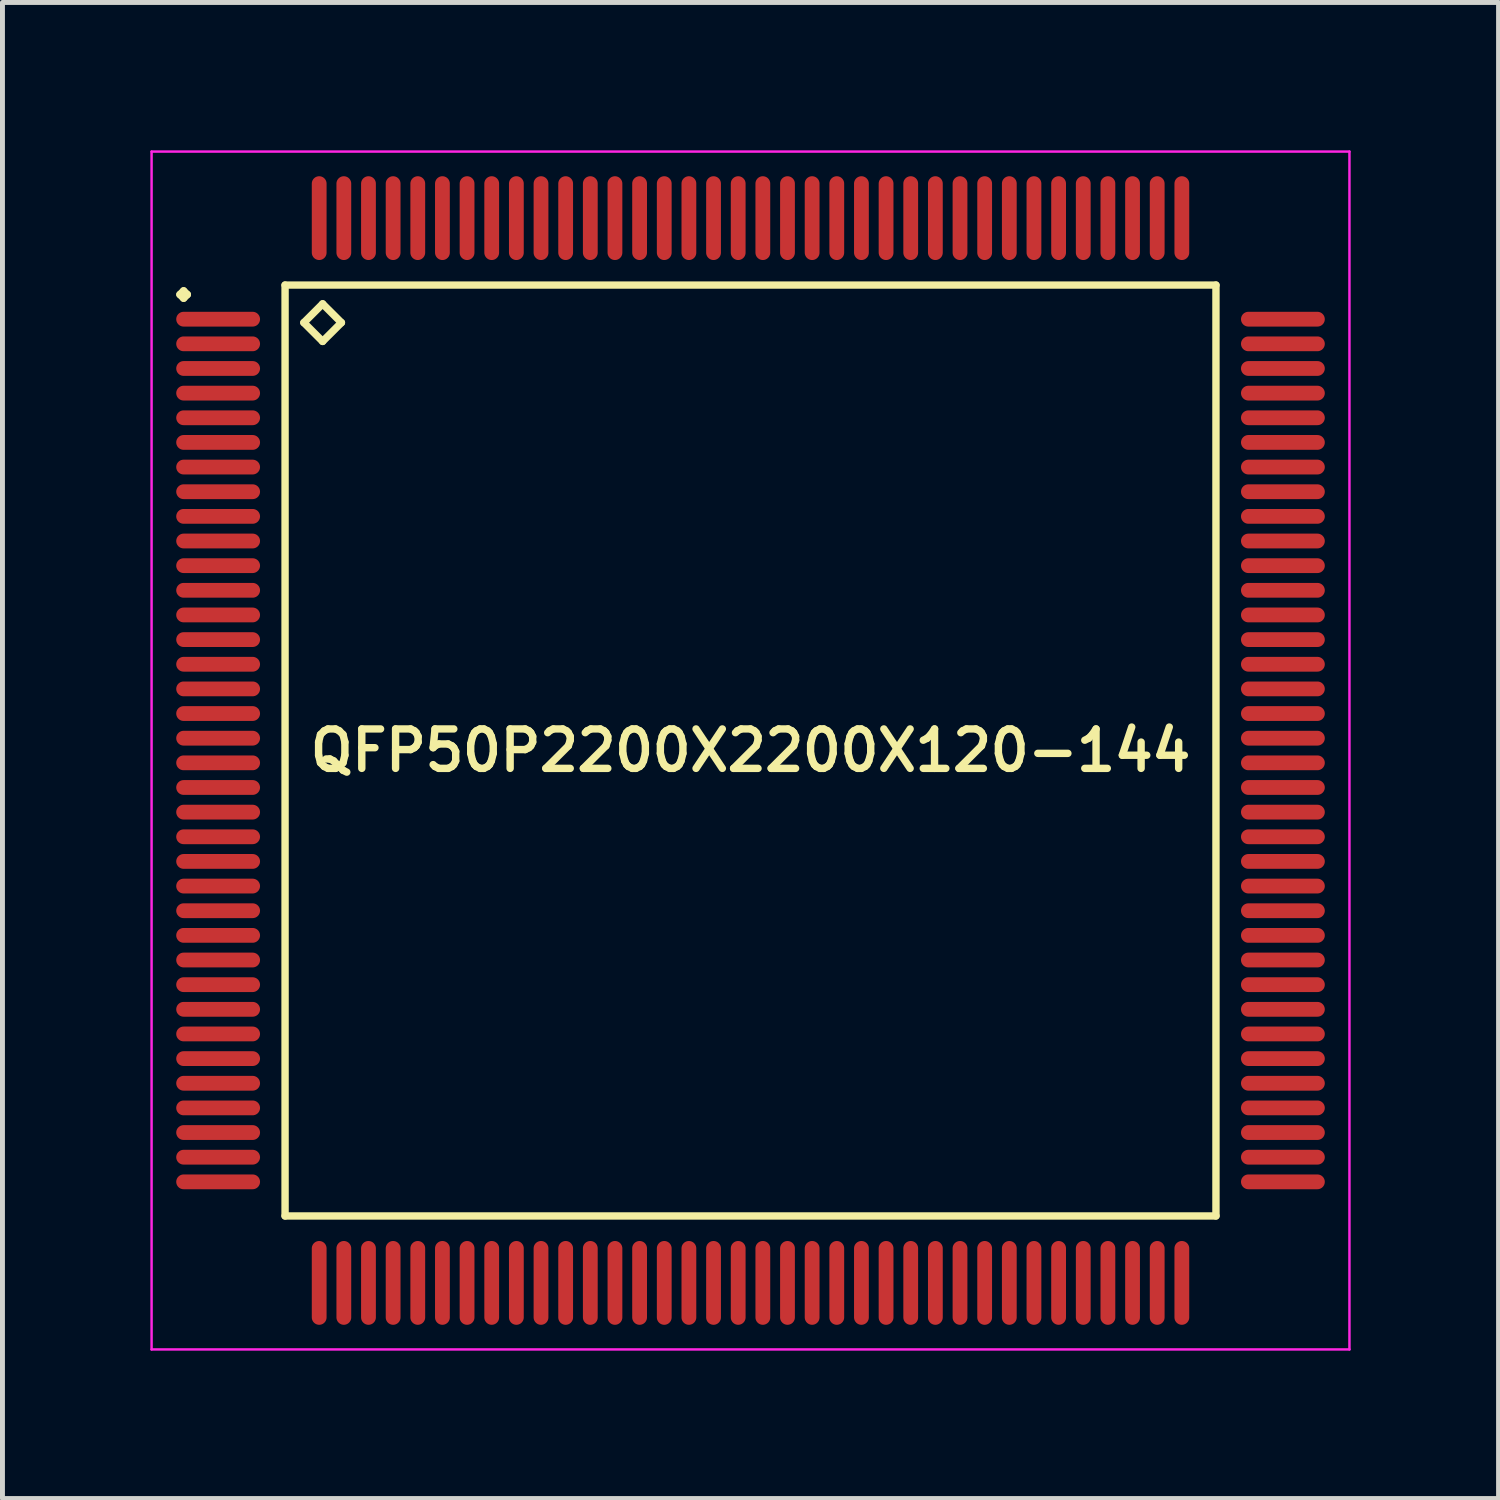
<source format=kicad_pcb>
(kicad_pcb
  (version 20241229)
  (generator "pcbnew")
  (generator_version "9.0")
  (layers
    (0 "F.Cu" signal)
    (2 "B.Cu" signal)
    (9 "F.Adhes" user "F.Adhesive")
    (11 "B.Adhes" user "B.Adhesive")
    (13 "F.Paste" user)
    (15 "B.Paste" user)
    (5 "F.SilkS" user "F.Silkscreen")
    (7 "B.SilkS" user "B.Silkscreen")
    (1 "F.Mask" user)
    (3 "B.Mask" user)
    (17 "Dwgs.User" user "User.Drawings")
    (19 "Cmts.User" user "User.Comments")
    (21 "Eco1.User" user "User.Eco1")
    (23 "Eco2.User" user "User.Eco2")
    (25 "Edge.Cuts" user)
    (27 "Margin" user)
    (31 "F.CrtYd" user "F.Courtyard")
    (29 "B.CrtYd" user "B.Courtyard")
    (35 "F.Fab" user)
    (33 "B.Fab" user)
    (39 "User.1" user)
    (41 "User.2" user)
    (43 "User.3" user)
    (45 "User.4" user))
  (footprint "QFP50P2200X2200X120-144"
    (layer "F.Cu")
    (at 12.175 12.175)
    (property "Reference" "QFP50P2200X2200X120-144" (at 0 0 0) (layer "F.SilkS") (effects (font (size 0.8 0.8) (thickness 0.15))))
    (attr smd)
    (fp_line (start -11.575 -9.25) (end -11.5 -9.325) (stroke (width 0.15) (type solid)) (layer "F.SilkS"))
    (fp_line (start -11.5 -9.325) (end -11.425 -9.25) (stroke (width 0.15) (type solid)) (layer "F.SilkS"))
    (fp_line (start -11.5 -9.175) (end -11.575 -9.25) (stroke (width 0.15) (type solid)) (layer "F.SilkS"))
    (fp_line (start -11.425 -9.25) (end -11.5 -9.175) (stroke (width 0.15) (type solid)) (layer "F.SilkS"))
    (fp_line (start -9.442 -9.442) (end -9.442 9.442) (stroke (width 0.15) (type solid)) (layer "F.SilkS"))
    (fp_line (start -9.442 9.442) (end 9.442 9.442) (stroke (width 0.15) (type solid)) (layer "F.SilkS"))
    (fp_line (start -9.061 -8.68) (end -8.68 -9.061) (stroke (width 0.15) (type solid)) (layer "F.SilkS"))
    (fp_line (start -8.68 -9.061) (end -8.299 -8.68) (stroke (width 0.15) (type solid)) (layer "F.SilkS"))
    (fp_line (start -8.68 -8.299) (end -9.061 -8.68) (stroke (width 0.15) (type solid)) (layer "F.SilkS"))
    (fp_line (start -8.299 -8.68) (end -8.68 -8.299) (stroke (width 0.15) (type solid)) (layer "F.SilkS"))
    (fp_line (start 9.442 -9.442) (end -9.442 -9.442) (stroke (width 0.15) (type solid)) (layer "F.SilkS"))
    (fp_line (start 9.442 9.442) (end 9.442 -9.442) (stroke (width 0.15) (type solid)) (layer "F.SilkS"))
    (fp_line (start -12.15 -12.15) (end 12.15 -12.15) (stroke (width 0.05) (type solid)) (layer "F.CrtYd"))
    (fp_line (start -12.15 12.15) (end -12.15 -12.15) (stroke (width 0.05) (type solid)) (layer "F.CrtYd"))
    (fp_line (start 12.15 -12.15) (end 12.15 12.15) (stroke (width 0.05) (type solid)) (layer "F.CrtYd"))
    (fp_line (start 12.15 12.15) (end -12.15 12.15) (stroke (width 0.05) (type solid)) (layer "F.CrtYd"))
    (pad "1" smd oval (at -10.8 -8.75) (size 1.7 0.3) (layers "F.Cu" "F.Mask" "F.Paste"))
    (pad "2" smd oval (at -10.8 -8.25) (size 1.7 0.3) (layers "F.Cu" "F.Mask" "F.Paste"))
    (pad "3" smd oval (at -10.8 -7.75) (size 1.7 0.3) (layers "F.Cu" "F.Mask" "F.Paste"))
    (pad "4" smd oval (at -10.8 -7.25) (size 1.7 0.3) (layers "F.Cu" "F.Mask" "F.Paste"))
    (pad "5" smd oval (at -10.8 -6.75) (size 1.7 0.3) (layers "F.Cu" "F.Mask" "F.Paste"))
    (pad "6" smd oval (at -10.8 -6.25) (size 1.7 0.3) (layers "F.Cu" "F.Mask" "F.Paste"))
    (pad "7" smd oval (at -10.8 -5.75) (size 1.7 0.3) (layers "F.Cu" "F.Mask" "F.Paste"))
    (pad "8" smd oval (at -10.8 -5.25) (size 1.7 0.3) (layers "F.Cu" "F.Mask" "F.Paste"))
    (pad "9" smd oval (at -10.8 -4.75) (size 1.7 0.3) (layers "F.Cu" "F.Mask" "F.Paste"))
    (pad "10" smd oval (at -10.8 -4.25) (size 1.7 0.3) (layers "F.Cu" "F.Mask" "F.Paste"))
    (pad "11" smd oval (at -10.8 -3.75) (size 1.7 0.3) (layers "F.Cu" "F.Mask" "F.Paste"))
    (pad "12" smd oval (at -10.8 -3.25) (size 1.7 0.3) (layers "F.Cu" "F.Mask" "F.Paste"))
    (pad "13" smd oval (at -10.8 -2.75) (size 1.7 0.3) (layers "F.Cu" "F.Mask" "F.Paste"))
    (pad "14" smd oval (at -10.8 -2.25) (size 1.7 0.3) (layers "F.Cu" "F.Mask" "F.Paste"))
    (pad "15" smd oval (at -10.8 -1.75) (size 1.7 0.3) (layers "F.Cu" "F.Mask" "F.Paste"))
    (pad "16" smd oval (at -10.8 -1.25) (size 1.7 0.3) (layers "F.Cu" "F.Mask" "F.Paste"))
    (pad "17" smd oval (at -10.8 -0.75) (size 1.7 0.3) (layers "F.Cu" "F.Mask" "F.Paste"))
    (pad "18" smd oval (at -10.8 -0.25) (size 1.7 0.3) (layers "F.Cu" "F.Mask" "F.Paste"))
    (pad "19" smd oval (at -10.8 0.25) (size 1.7 0.3) (layers "F.Cu" "F.Mask" "F.Paste"))
    (pad "20" smd oval (at -10.8 0.75) (size 1.7 0.3) (layers "F.Cu" "F.Mask" "F.Paste"))
    (pad "21" smd oval (at -10.8 1.25) (size 1.7 0.3) (layers "F.Cu" "F.Mask" "F.Paste"))
    (pad "22" smd oval (at -10.8 1.75) (size 1.7 0.3) (layers "F.Cu" "F.Mask" "F.Paste"))
    (pad "23" smd oval (at -10.8 2.25) (size 1.7 0.3) (layers "F.Cu" "F.Mask" "F.Paste"))
    (pad "24" smd oval (at -10.8 2.75) (size 1.7 0.3) (layers "F.Cu" "F.Mask" "F.Paste"))
    (pad "25" smd oval (at -10.8 3.25) (size 1.7 0.3) (layers "F.Cu" "F.Mask" "F.Paste"))
    (pad "26" smd oval (at -10.8 3.75) (size 1.7 0.3) (layers "F.Cu" "F.Mask" "F.Paste"))
    (pad "27" smd oval (at -10.8 4.25) (size 1.7 0.3) (layers "F.Cu" "F.Mask" "F.Paste"))
    (pad "28" smd oval (at -10.8 4.75) (size 1.7 0.3) (layers "F.Cu" "F.Mask" "F.Paste"))
    (pad "29" smd oval (at -10.8 5.25) (size 1.7 0.3) (layers "F.Cu" "F.Mask" "F.Paste"))
    (pad "30" smd oval (at -10.8 5.75) (size 1.7 0.3) (layers "F.Cu" "F.Mask" "F.Paste"))
    (pad "31" smd oval (at -10.8 6.25) (size 1.7 0.3) (layers "F.Cu" "F.Mask" "F.Paste"))
    (pad "32" smd oval (at -10.8 6.75) (size 1.7 0.3) (layers "F.Cu" "F.Mask" "F.Paste"))
    (pad "33" smd oval (at -10.8 7.25) (size 1.7 0.3) (layers "F.Cu" "F.Mask" "F.Paste"))
    (pad "34" smd oval (at -10.8 7.75) (size 1.7 0.3) (layers "F.Cu" "F.Mask" "F.Paste"))
    (pad "35" smd oval (at -10.8 8.25) (size 1.7 0.3) (layers "F.Cu" "F.Mask" "F.Paste"))
    (pad "36" smd oval (at -10.8 8.75) (size 1.7 0.3) (layers "F.Cu" "F.Mask" "F.Paste"))
    (pad "37" smd oval (at -8.75 10.8) (size 0.3 1.7) (layers "F.Cu" "F.Mask" "F.Paste"))
    (pad "38" smd oval (at -8.25 10.8) (size 0.3 1.7) (layers "F.Cu" "F.Mask" "F.Paste"))
    (pad "39" smd oval (at -7.75 10.8) (size 0.3 1.7) (layers "F.Cu" "F.Mask" "F.Paste"))
    (pad "40" smd oval (at -7.25 10.8) (size 0.3 1.7) (layers "F.Cu" "F.Mask" "F.Paste"))
    (pad "41" smd oval (at -6.75 10.8) (size 0.3 1.7) (layers "F.Cu" "F.Mask" "F.Paste"))
    (pad "42" smd oval (at -6.25 10.8) (size 0.3 1.7) (layers "F.Cu" "F.Mask" "F.Paste"))
    (pad "43" smd oval (at -5.75 10.8) (size 0.3 1.7) (layers "F.Cu" "F.Mask" "F.Paste"))
    (pad "44" smd oval (at -5.25 10.8) (size 0.3 1.7) (layers "F.Cu" "F.Mask" "F.Paste"))
    (pad "45" smd oval (at -4.75 10.8) (size 0.3 1.7) (layers "F.Cu" "F.Mask" "F.Paste"))
    (pad "46" smd oval (at -4.25 10.8) (size 0.3 1.7) (layers "F.Cu" "F.Mask" "F.Paste"))
    (pad "47" smd oval (at -3.75 10.8) (size 0.3 1.7) (layers "F.Cu" "F.Mask" "F.Paste"))
    (pad "48" smd oval (at -3.25 10.8) (size 0.3 1.7) (layers "F.Cu" "F.Mask" "F.Paste"))
    (pad "49" smd oval (at -2.75 10.8) (size 0.3 1.7) (layers "F.Cu" "F.Mask" "F.Paste"))
    (pad "50" smd oval (at -2.25 10.8) (size 0.3 1.7) (layers "F.Cu" "F.Mask" "F.Paste"))
    (pad "51" smd oval (at -1.75 10.8) (size 0.3 1.7) (layers "F.Cu" "F.Mask" "F.Paste"))
    (pad "52" smd oval (at -1.25 10.8) (size 0.3 1.7) (layers "F.Cu" "F.Mask" "F.Paste"))
    (pad "53" smd oval (at -0.75 10.8) (size 0.3 1.7) (layers "F.Cu" "F.Mask" "F.Paste"))
    (pad "54" smd oval (at -0.25 10.8) (size 0.3 1.7) (layers "F.Cu" "F.Mask" "F.Paste"))
    (pad "55" smd oval (at 0.25 10.8) (size 0.3 1.7) (layers "F.Cu" "F.Mask" "F.Paste"))
    (pad "56" smd oval (at 0.75 10.8) (size 0.3 1.7) (layers "F.Cu" "F.Mask" "F.Paste"))
    (pad "57" smd oval (at 1.25 10.8) (size 0.3 1.7) (layers "F.Cu" "F.Mask" "F.Paste"))
    (pad "58" smd oval (at 1.75 10.8) (size 0.3 1.7) (layers "F.Cu" "F.Mask" "F.Paste"))
    (pad "59" smd oval (at 2.25 10.8) (size 0.3 1.7) (layers "F.Cu" "F.Mask" "F.Paste"))
    (pad "60" smd oval (at 2.75 10.8) (size 0.3 1.7) (layers "F.Cu" "F.Mask" "F.Paste"))
    (pad "61" smd oval (at 3.25 10.8) (size 0.3 1.7) (layers "F.Cu" "F.Mask" "F.Paste"))
    (pad "62" smd oval (at 3.75 10.8) (size 0.3 1.7) (layers "F.Cu" "F.Mask" "F.Paste"))
    (pad "63" smd oval (at 4.25 10.8) (size 0.3 1.7) (layers "F.Cu" "F.Mask" "F.Paste"))
    (pad "64" smd oval (at 4.75 10.8) (size 0.3 1.7) (layers "F.Cu" "F.Mask" "F.Paste"))
    (pad "65" smd oval (at 5.25 10.8) (size 0.3 1.7) (layers "F.Cu" "F.Mask" "F.Paste"))
    (pad "66" smd oval (at 5.75 10.8) (size 0.3 1.7) (layers "F.Cu" "F.Mask" "F.Paste"))
    (pad "67" smd oval (at 6.25 10.8) (size 0.3 1.7) (layers "F.Cu" "F.Mask" "F.Paste"))
    (pad "68" smd oval (at 6.75 10.8) (size 0.3 1.7) (layers "F.Cu" "F.Mask" "F.Paste"))
    (pad "69" smd oval (at 7.25 10.8) (size 0.3 1.7) (layers "F.Cu" "F.Mask" "F.Paste"))
    (pad "70" smd oval (at 7.75 10.8) (size 0.3 1.7) (layers "F.Cu" "F.Mask" "F.Paste"))
    (pad "71" smd oval (at 8.25 10.8) (size 0.3 1.7) (layers "F.Cu" "F.Mask" "F.Paste"))
    (pad "72" smd oval (at 8.75 10.8) (size 0.3 1.7) (layers "F.Cu" "F.Mask" "F.Paste"))
    (pad "73" smd oval (at 10.8 8.75) (size 1.7 0.3) (layers "F.Cu" "F.Mask" "F.Paste"))
    (pad "74" smd oval (at 10.8 8.25) (size 1.7 0.3) (layers "F.Cu" "F.Mask" "F.Paste"))
    (pad "75" smd oval (at 10.8 7.75) (size 1.7 0.3) (layers "F.Cu" "F.Mask" "F.Paste"))
    (pad "76" smd oval (at 10.8 7.25) (size 1.7 0.3) (layers "F.Cu" "F.Mask" "F.Paste"))
    (pad "77" smd oval (at 10.8 6.75) (size 1.7 0.3) (layers "F.Cu" "F.Mask" "F.Paste"))
    (pad "78" smd oval (at 10.8 6.25) (size 1.7 0.3) (layers "F.Cu" "F.Mask" "F.Paste"))
    (pad "79" smd oval (at 10.8 5.75) (size 1.7 0.3) (layers "F.Cu" "F.Mask" "F.Paste"))
    (pad "80" smd oval (at 10.8 5.25) (size 1.7 0.3) (layers "F.Cu" "F.Mask" "F.Paste"))
    (pad "81" smd oval (at 10.8 4.75) (size 1.7 0.3) (layers "F.Cu" "F.Mask" "F.Paste"))
    (pad "82" smd oval (at 10.8 4.25) (size 1.7 0.3) (layers "F.Cu" "F.Mask" "F.Paste"))
    (pad "83" smd oval (at 10.8 3.75) (size 1.7 0.3) (layers "F.Cu" "F.Mask" "F.Paste"))
    (pad "84" smd oval (at 10.8 3.25) (size 1.7 0.3) (layers "F.Cu" "F.Mask" "F.Paste"))
    (pad "85" smd oval (at 10.8 2.75) (size 1.7 0.3) (layers "F.Cu" "F.Mask" "F.Paste"))
    (pad "86" smd oval (at 10.8 2.25) (size 1.7 0.3) (layers "F.Cu" "F.Mask" "F.Paste"))
    (pad "87" smd oval (at 10.8 1.75) (size 1.7 0.3) (layers "F.Cu" "F.Mask" "F.Paste"))
    (pad "88" smd oval (at 10.8 1.25) (size 1.7 0.3) (layers "F.Cu" "F.Mask" "F.Paste"))
    (pad "89" smd oval (at 10.8 0.75) (size 1.7 0.3) (layers "F.Cu" "F.Mask" "F.Paste"))
    (pad "90" smd oval (at 10.8 0.25) (size 1.7 0.3) (layers "F.Cu" "F.Mask" "F.Paste"))
    (pad "91" smd oval (at 10.8 -0.25) (size 1.7 0.3) (layers "F.Cu" "F.Mask" "F.Paste"))
    (pad "92" smd oval (at 10.8 -0.75) (size 1.7 0.3) (layers "F.Cu" "F.Mask" "F.Paste"))
    (pad "93" smd oval (at 10.8 -1.25) (size 1.7 0.3) (layers "F.Cu" "F.Mask" "F.Paste"))
    (pad "94" smd oval (at 10.8 -1.75) (size 1.7 0.3) (layers "F.Cu" "F.Mask" "F.Paste"))
    (pad "95" smd oval (at 10.8 -2.25) (size 1.7 0.3) (layers "F.Cu" "F.Mask" "F.Paste"))
    (pad "96" smd oval (at 10.8 -2.75) (size 1.7 0.3) (layers "F.Cu" "F.Mask" "F.Paste"))
    (pad "97" smd oval (at 10.8 -3.25) (size 1.7 0.3) (layers "F.Cu" "F.Mask" "F.Paste"))
    (pad "98" smd oval (at 10.8 -3.75) (size 1.7 0.3) (layers "F.Cu" "F.Mask" "F.Paste"))
    (pad "99" smd oval (at 10.8 -4.25) (size 1.7 0.3) (layers "F.Cu" "F.Mask" "F.Paste"))
    (pad "100" smd oval (at 10.8 -4.75) (size 1.7 0.3) (layers "F.Cu" "F.Mask" "F.Paste"))
    (pad "101" smd oval (at 10.8 -5.25) (size 1.7 0.3) (layers "F.Cu" "F.Mask" "F.Paste"))
    (pad "102" smd oval (at 10.8 -5.75) (size 1.7 0.3) (layers "F.Cu" "F.Mask" "F.Paste"))
    (pad "103" smd oval (at 10.8 -6.25) (size 1.7 0.3) (layers "F.Cu" "F.Mask" "F.Paste"))
    (pad "104" smd oval (at 10.8 -6.75) (size 1.7 0.3) (layers "F.Cu" "F.Mask" "F.Paste"))
    (pad "105" smd oval (at 10.8 -7.25) (size 1.7 0.3) (layers "F.Cu" "F.Mask" "F.Paste"))
    (pad "106" smd oval (at 10.8 -7.75) (size 1.7 0.3) (layers "F.Cu" "F.Mask" "F.Paste"))
    (pad "107" smd oval (at 10.8 -8.25) (size 1.7 0.3) (layers "F.Cu" "F.Mask" "F.Paste"))
    (pad "108" smd oval (at 10.8 -8.75) (size 1.7 0.3) (layers "F.Cu" "F.Mask" "F.Paste"))
    (pad "109" smd oval (at 8.75 -10.8) (size 0.3 1.7) (layers "F.Cu" "F.Mask" "F.Paste"))
    (pad "110" smd oval (at 8.25 -10.8) (size 0.3 1.7) (layers "F.Cu" "F.Mask" "F.Paste"))
    (pad "111" smd oval (at 7.75 -10.8) (size 0.3 1.7) (layers "F.Cu" "F.Mask" "F.Paste"))
    (pad "112" smd oval (at 7.25 -10.8) (size 0.3 1.7) (layers "F.Cu" "F.Mask" "F.Paste"))
    (pad "113" smd oval (at 6.75 -10.8) (size 0.3 1.7) (layers "F.Cu" "F.Mask" "F.Paste"))
    (pad "114" smd oval (at 6.25 -10.8) (size 0.3 1.7) (layers "F.Cu" "F.Mask" "F.Paste"))
    (pad "115" smd oval (at 5.75 -10.8) (size 0.3 1.7) (layers "F.Cu" "F.Mask" "F.Paste"))
    (pad "116" smd oval (at 5.25 -10.8) (size 0.3 1.7) (layers "F.Cu" "F.Mask" "F.Paste"))
    (pad "117" smd oval (at 4.75 -10.8) (size 0.3 1.7) (layers "F.Cu" "F.Mask" "F.Paste"))
    (pad "118" smd oval (at 4.25 -10.8) (size 0.3 1.7) (layers "F.Cu" "F.Mask" "F.Paste"))
    (pad "119" smd oval (at 3.75 -10.8) (size 0.3 1.7) (layers "F.Cu" "F.Mask" "F.Paste"))
    (pad "120" smd oval (at 3.25 -10.8) (size 0.3 1.7) (layers "F.Cu" "F.Mask" "F.Paste"))
    (pad "121" smd oval (at 2.75 -10.8) (size 0.3 1.7) (layers "F.Cu" "F.Mask" "F.Paste"))
    (pad "122" smd oval (at 2.25 -10.8) (size 0.3 1.7) (layers "F.Cu" "F.Mask" "F.Paste"))
    (pad "123" smd oval (at 1.75 -10.8) (size 0.3 1.7) (layers "F.Cu" "F.Mask" "F.Paste"))
    (pad "124" smd oval (at 1.25 -10.8) (size 0.3 1.7) (layers "F.Cu" "F.Mask" "F.Paste"))
    (pad "125" smd oval (at 0.75 -10.8) (size 0.3 1.7) (layers "F.Cu" "F.Mask" "F.Paste"))
    (pad "126" smd oval (at 0.25 -10.8) (size 0.3 1.7) (layers "F.Cu" "F.Mask" "F.Paste"))
    (pad "127" smd oval (at -0.25 -10.8) (size 0.3 1.7) (layers "F.Cu" "F.Mask" "F.Paste"))
    (pad "128" smd oval (at -0.75 -10.8) (size 0.3 1.7) (layers "F.Cu" "F.Mask" "F.Paste"))
    (pad "129" smd oval (at -1.25 -10.8) (size 0.3 1.7) (layers "F.Cu" "F.Mask" "F.Paste"))
    (pad "130" smd oval (at -1.75 -10.8) (size 0.3 1.7) (layers "F.Cu" "F.Mask" "F.Paste"))
    (pad "131" smd oval (at -2.25 -10.8) (size 0.3 1.7) (layers "F.Cu" "F.Mask" "F.Paste"))
    (pad "132" smd oval (at -2.75 -10.8) (size 0.3 1.7) (layers "F.Cu" "F.Mask" "F.Paste"))
    (pad "133" smd oval (at -3.25 -10.8) (size 0.3 1.7) (layers "F.Cu" "F.Mask" "F.Paste"))
    (pad "134" smd oval (at -3.75 -10.8) (size 0.3 1.7) (layers "F.Cu" "F.Mask" "F.Paste"))
    (pad "135" smd oval (at -4.25 -10.8) (size 0.3 1.7) (layers "F.Cu" "F.Mask" "F.Paste"))
    (pad "136" smd oval (at -4.75 -10.8) (size 0.3 1.7) (layers "F.Cu" "F.Mask" "F.Paste"))
    (pad "137" smd oval (at -5.25 -10.8) (size 0.3 1.7) (layers "F.Cu" "F.Mask" "F.Paste"))
    (pad "138" smd oval (at -5.75 -10.8) (size 0.3 1.7) (layers "F.Cu" "F.Mask" "F.Paste"))
    (pad "139" smd oval (at -6.25 -10.8) (size 0.3 1.7) (layers "F.Cu" "F.Mask" "F.Paste"))
    (pad "140" smd oval (at -6.75 -10.8) (size 0.3 1.7) (layers "F.Cu" "F.Mask" "F.Paste"))
    (pad "141" smd oval (at -7.25 -10.8) (size 0.3 1.7) (layers "F.Cu" "F.Mask" "F.Paste"))
    (pad "142" smd oval (at -7.75 -10.8) (size 0.3 1.7) (layers "F.Cu" "F.Mask" "F.Paste"))
    (pad "143" smd oval (at -8.25 -10.8) (size 0.3 1.7) (layers "F.Cu" "F.Mask" "F.Paste"))
    (pad "144" smd oval (at -8.75 -10.8) (size 0.3 1.7) (layers "F.Cu" "F.Mask" "F.Paste")))
  (gr_rect
    (start -3 -3)
    (end 27.35 27.35)
    (stroke (width 0.1) (type default))
    (fill no)
    (layer "Edge.Cuts")))
</source>
